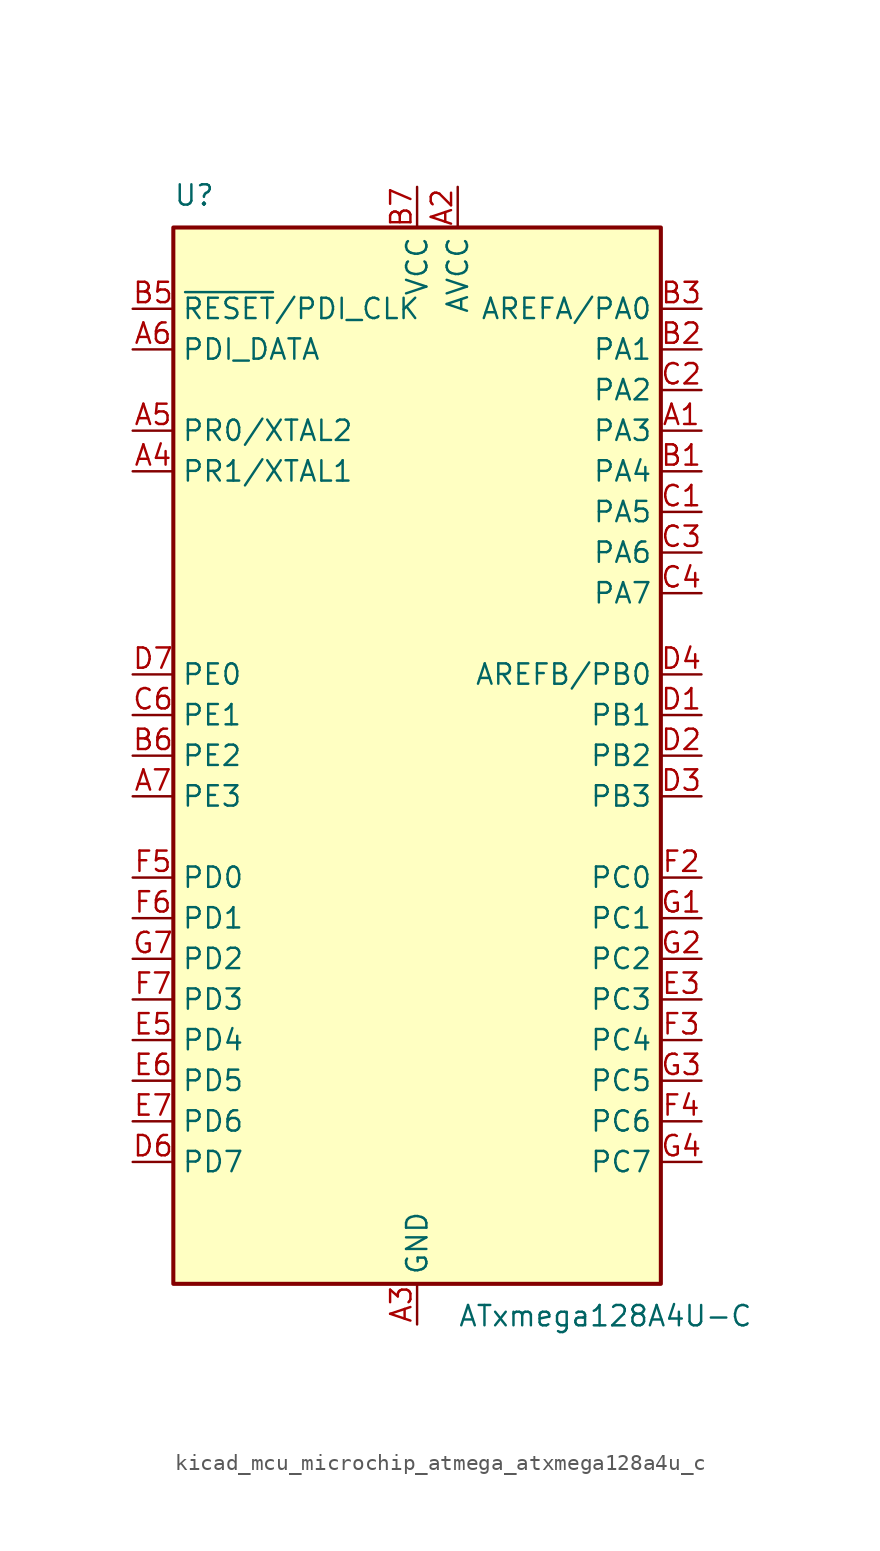
<source format=kicad_sym>
(kicad_symbol_lib
  (version 20220914)
  (generator kicad_symbol_editor)
  (symbol "kicad_mcu_microchip_atmega_atxmega128a4u_c"
    (property "Reference" "U"
      (at -15.24 34.29 0)
      (effects (font (size 1.27 1.27)) (justify left bottom)))
    (property "Value" "ATxmega128A4U-C"
      (at 2.54 -34.29 0)
      (effects (font (size 1.27 1.27)) (justify left top)))
    (symbol "kicad_mcu_microchip_atmega_atxmega128a4u_c_0_1"
      (rectangle (start -15.24 -33.02) (end 15.24 33.02) (stroke (width 0.254) (type default)) (fill (type background))))
    (symbol "kicad_mcu_microchip_atmega_atxmega128a4u_c_1_1"
      (pin bidirectional line (at 17.78 20.32 180) (length 2.54) (name "PA3" (effects (font (size 1.27 1.27)))) (number "A1" (effects (font (size 1.27 1.27)))))
      (pin power_in line (at 2.54 35.56 270) (length 2.54) (name "AVCC" (effects (font (size 1.27 1.27)))) (number "A2" (effects (font (size 1.27 1.27)))))
      (pin power_in line (at 0 -35.56 90) (length 2.54) (name "GND" (effects (font (size 1.27 1.27)))) (number "A3" (effects (font (size 1.27 1.27)))))
      (pin bidirectional line (at -17.78 17.78 0) (length 2.54) (name "PR1/XTAL1" (effects (font (size 1.27 1.27)))) (number "A4" (effects (font (size 1.27 1.27)))))
      (pin bidirectional line (at -17.78 20.32 0) (length 2.54) (name "PR0/XTAL2" (effects (font (size 1.27 1.27)))) (number "A5" (effects (font (size 1.27 1.27)))))
      (pin bidirectional line (at -17.78 25.4 0) (length 2.54) (name "PDI_DATA" (effects (font (size 1.27 1.27)))) (number "A6" (effects (font (size 1.27 1.27)))))
      (pin bidirectional line (at -17.78 -2.54 0) (length 2.54) (name "PE3" (effects (font (size 1.27 1.27)))) (number "A7" (effects (font (size 1.27 1.27)))))
      (pin bidirectional line (at 17.78 17.78 180) (length 2.54) (name "PA4" (effects (font (size 1.27 1.27)))) (number "B1" (effects (font (size 1.27 1.27)))))
      (pin bidirectional line (at 17.78 25.4 180) (length 2.54) (name "PA1" (effects (font (size 1.27 1.27)))) (number "B2" (effects (font (size 1.27 1.27)))))
      (pin bidirectional line (at 17.78 27.94 180) (length 2.54) (name "AREFA/PA0" (effects (font (size 1.27 1.27)))) (number "B3" (effects (font (size 1.27 1.27)))))
      (pin passive line (at 0 -35.56 90) (length 2.54) hide (name "GND" (effects (font (size 1.27 1.27)))) (number "B4" (effects (font (size 1.27 1.27)))))
      (pin input line (at -17.78 27.94 0) (length 2.54) (name "~{RESET}/PDI_CLK" (effects (font (size 1.27 1.27)))) (number "B5" (effects (font (size 1.27 1.27)))))
      (pin bidirectional line (at -17.78 0 0) (length 2.54) (name "PE2" (effects (font (size 1.27 1.27)))) (number "B6" (effects (font (size 1.27 1.27)))))
      (pin power_in line (at 0 35.56 270) (length 2.54) (name "VCC" (effects (font (size 1.27 1.27)))) (number "B7" (effects (font (size 1.27 1.27)))))
      (pin bidirectional line (at 17.78 15.24 180) (length 2.54) (name "PA5" (effects (font (size 1.27 1.27)))) (number "C1" (effects (font (size 1.27 1.27)))))
      (pin bidirectional line (at 17.78 22.86 180) (length 2.54) (name "PA2" (effects (font (size 1.27 1.27)))) (number "C2" (effects (font (size 1.27 1.27)))))
      (pin bidirectional line (at 17.78 12.7 180) (length 2.54) (name "PA6" (effects (font (size 1.27 1.27)))) (number "C3" (effects (font (size 1.27 1.27)))))
      (pin bidirectional line (at 17.78 10.16 180) (length 2.54) (name "PA7" (effects (font (size 1.27 1.27)))) (number "C4" (effects (font (size 1.27 1.27)))))
      (pin passive line (at 0 -35.56 90) (length 2.54) hide (name "GND" (effects (font (size 1.27 1.27)))) (number "C5" (effects (font (size 1.27 1.27)))))
      (pin bidirectional line (at -17.78 2.54 0) (length 2.54) (name "PE1" (effects (font (size 1.27 1.27)))) (number "C6" (effects (font (size 1.27 1.27)))))
      (pin passive line (at 0 -35.56 90) (length 2.54) hide (name "GND" (effects (font (size 1.27 1.27)))) (number "C7" (effects (font (size 1.27 1.27)))))
      (pin bidirectional line (at 17.78 2.54 180) (length 2.54) (name "PB1" (effects (font (size 1.27 1.27)))) (number "D1" (effects (font (size 1.27 1.27)))))
      (pin bidirectional line (at 17.78 0 180) (length 2.54) (name "PB2" (effects (font (size 1.27 1.27)))) (number "D2" (effects (font (size 1.27 1.27)))))
      (pin bidirectional line (at 17.78 -2.54 180) (length 2.54) (name "PB3" (effects (font (size 1.27 1.27)))) (number "D3" (effects (font (size 1.27 1.27)))))
      (pin bidirectional line (at 17.78 5.08 180) (length 2.54) (name "AREFB/PB0" (effects (font (size 1.27 1.27)))) (number "D4" (effects (font (size 1.27 1.27)))))
      (pin passive line (at 0 -35.56 90) (length 2.54) hide (name "GND" (effects (font (size 1.27 1.27)))) (number "D5" (effects (font (size 1.27 1.27)))))
      (pin bidirectional line (at -17.78 -25.4 0) (length 2.54) (name "PD7" (effects (font (size 1.27 1.27)))) (number "D6" (effects (font (size 1.27 1.27)))))
      (pin bidirectional line (at -17.78 5.08 0) (length 2.54) (name "PE0" (effects (font (size 1.27 1.27)))) (number "D7" (effects (font (size 1.27 1.27)))))
      (pin passive line (at 0 -35.56 90) (length 2.54) hide (name "GND" (effects (font (size 1.27 1.27)))) (number "E1" (effects (font (size 1.27 1.27)))))
      (pin passive line (at 0 -35.56 90) (length 2.54) hide (name "GND" (effects (font (size 1.27 1.27)))) (number "E2" (effects (font (size 1.27 1.27)))))
      (pin bidirectional line (at 17.78 -15.24 180) (length 2.54) (name "PC3" (effects (font (size 1.27 1.27)))) (number "E3" (effects (font (size 1.27 1.27)))))
      (pin passive line (at 0 -35.56 90) (length 2.54) hide (name "GND" (effects (font (size 1.27 1.27)))) (number "E4" (effects (font (size 1.27 1.27)))))
      (pin bidirectional line (at -17.78 -17.78 0) (length 2.54) (name "PD4" (effects (font (size 1.27 1.27)))) (number "E5" (effects (font (size 1.27 1.27)))))
      (pin bidirectional line (at -17.78 -20.32 0) (length 2.54) (name "PD5" (effects (font (size 1.27 1.27)))) (number "E6" (effects (font (size 1.27 1.27)))))
      (pin bidirectional line (at -17.78 -22.86 0) (length 2.54) (name "PD6" (effects (font (size 1.27 1.27)))) (number "E7" (effects (font (size 1.27 1.27)))))
      (pin passive line (at 0 35.56 270) (length 2.54) hide (name "VCC" (effects (font (size 1.27 1.27)))) (number "F1" (effects (font (size 1.27 1.27)))))
      (pin bidirectional line (at 17.78 -7.62 180) (length 2.54) (name "PC0" (effects (font (size 1.27 1.27)))) (number "F2" (effects (font (size 1.27 1.27)))))
      (pin bidirectional line (at 17.78 -17.78 180) (length 2.54) (name "PC4" (effects (font (size 1.27 1.27)))) (number "F3" (effects (font (size 1.27 1.27)))))
      (pin bidirectional line (at 17.78 -22.86 180) (length 2.54) (name "PC6" (effects (font (size 1.27 1.27)))) (number "F4" (effects (font (size 1.27 1.27)))))
      (pin bidirectional line (at -17.78 -7.62 0) (length 2.54) (name "PD0" (effects (font (size 1.27 1.27)))) (number "F5" (effects (font (size 1.27 1.27)))))
      (pin bidirectional line (at -17.78 -10.16 0) (length 2.54) (name "PD1" (effects (font (size 1.27 1.27)))) (number "F6" (effects (font (size 1.27 1.27)))))
      (pin bidirectional line (at -17.78 -15.24 0) (length 2.54) (name "PD3" (effects (font (size 1.27 1.27)))) (number "F7" (effects (font (size 1.27 1.27)))))
      (pin bidirectional line (at 17.78 -10.16 180) (length 2.54) (name "PC1" (effects (font (size 1.27 1.27)))) (number "G1" (effects (font (size 1.27 1.27)))))
      (pin bidirectional line (at 17.78 -12.7 180) (length 2.54) (name "PC2" (effects (font (size 1.27 1.27)))) (number "G2" (effects (font (size 1.27 1.27)))))
      (pin bidirectional line (at 17.78 -20.32 180) (length 2.54) (name "PC5" (effects (font (size 1.27 1.27)))) (number "G3" (effects (font (size 1.27 1.27)))))
      (pin bidirectional line (at 17.78 -25.4 180) (length 2.54) (name "PC7" (effects (font (size 1.27 1.27)))) (number "G4" (effects (font (size 1.27 1.27)))))
      (pin passive line (at 0 -35.56 90) (length 2.54) hide (name "GND" (effects (font (size 1.27 1.27)))) (number "G5" (effects (font (size 1.27 1.27)))))
      (pin passive line (at 0 35.56 270) (length 2.54) hide (name "VCC" (effects (font (size 1.27 1.27)))) (number "G6" (effects (font (size 1.27 1.27)))))
      (pin bidirectional line (at -17.78 -12.7 0) (length 2.54) (name "PD2" (effects (font (size 1.27 1.27)))) (number "G7" (effects (font (size 1.27 1.27))))))))
</source>
